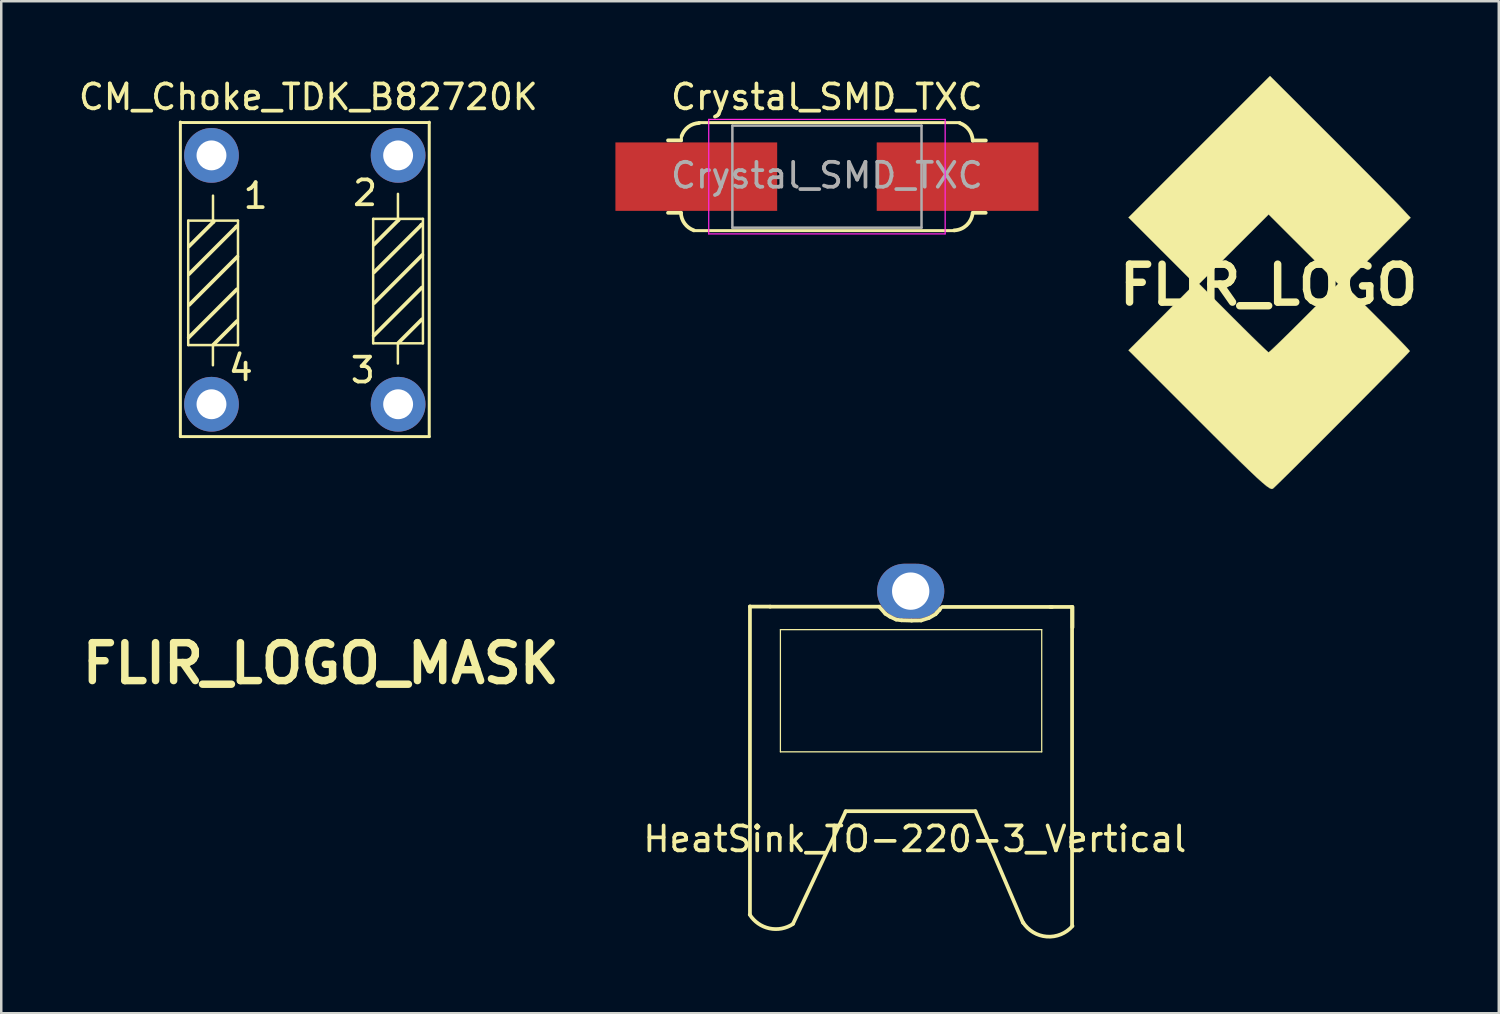
<source format=kicad_pcb>
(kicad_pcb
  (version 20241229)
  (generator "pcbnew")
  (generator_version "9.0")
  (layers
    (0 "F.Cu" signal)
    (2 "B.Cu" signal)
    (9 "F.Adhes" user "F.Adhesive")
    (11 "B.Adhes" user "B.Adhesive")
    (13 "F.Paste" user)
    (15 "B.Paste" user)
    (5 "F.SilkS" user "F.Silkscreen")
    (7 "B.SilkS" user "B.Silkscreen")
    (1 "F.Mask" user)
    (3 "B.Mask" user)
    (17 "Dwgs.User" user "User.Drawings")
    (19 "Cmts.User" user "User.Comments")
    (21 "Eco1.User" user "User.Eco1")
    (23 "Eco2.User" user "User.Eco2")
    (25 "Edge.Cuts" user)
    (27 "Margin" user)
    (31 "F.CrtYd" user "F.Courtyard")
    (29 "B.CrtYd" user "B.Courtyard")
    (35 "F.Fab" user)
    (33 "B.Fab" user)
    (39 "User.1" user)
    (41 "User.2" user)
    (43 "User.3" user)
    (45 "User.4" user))
  (footprint "HeatSink_TO-220-3_Vertical"
    (layer "F.Cu")
    (at 33.554 25.656)
    (property "Reference" "HeatSink_TO-220-3_Vertical" (at 0.157 5.009 0) (layer "F.SilkS") (effects (font (size 1 1) (thickness 0.15))))
    (attr through_hole)
    (fp_line (start -6.469 8.047) (end -6.469 -4.339) (stroke (width 0.15) (type solid)) (layer "F.SilkS"))
    (fp_line (start -5.664 -4.328) (end -1.275 -4.328) (stroke (width 0.15) (type solid)) (layer "F.SilkS"))
    (fp_line (start -5.654 -4.331) (end -6.472 -4.331) (stroke (width 0.15) (type solid)) (layer "F.SilkS"))
    (fp_line (start -5.245 -3.405) (end -5.245 1.505) (stroke (width 0.05) (type solid)) (layer "F.SilkS"))
    (fp_line (start -5.245 1.505) (end 5.255 1.505) (stroke (width 0.05) (type solid)) (layer "F.SilkS"))
    (fp_line (start -4.735 8.407) (end -2.621 3.896) (stroke (width 0.15) (type solid)) (layer "F.SilkS"))
    (fp_line (start -1.275 -4.328) (end -1.026 -4.044) (stroke (width 0.15) (type solid)) (layer "F.SilkS"))
    (fp_line (start -1.026 -4.044) (end -0.843 -3.927) (stroke (width 0.15) (type solid)) (layer "F.SilkS"))
    (fp_line (start -0.843 -3.927) (end -0.594 -3.81) (stroke (width 0.15) (type solid)) (layer "F.SilkS"))
    (fp_line (start -0.594 -3.81) (end -0.376 -3.78) (stroke (width 0.15) (type solid)) (layer "F.SilkS"))
    (fp_line (start -0.376 -3.78) (end 0.025 -3.769) (stroke (width 0.15) (type solid)) (layer "F.SilkS"))
    (fp_line (start 0.025 -3.769) (end 0.411 -3.774) (stroke (width 0.15) (type solid)) (layer "F.SilkS"))
    (fp_line (start 0.411 -3.774) (end 0.711 -3.871) (stroke (width 0.15) (type solid)) (layer "F.SilkS"))
    (fp_line (start 0.721 -3.871) (end 0.991 -4.028) (stroke (width 0.15) (type solid)) (layer "F.SilkS"))
    (fp_line (start 0.991 -4.028) (end 1.052 -4.1) (stroke (width 0.15) (type solid)) (layer "F.SilkS"))
    (fp_line (start 1.052 -4.1) (end 1.143 -4.191) (stroke (width 0.15) (type solid)) (layer "F.SilkS"))
    (fp_line (start 1.143 -4.191) (end 1.194 -4.267) (stroke (width 0.15) (type solid)) (layer "F.SilkS"))
    (fp_line (start 2.591 3.891) (end -2.626 3.891) (stroke (width 0.15) (type solid)) (layer "F.SilkS"))
    (fp_line (start 4.506 8.377) (end 2.591 3.891) (stroke (width 0.15) (type solid)) (layer "F.SilkS"))
    (fp_line (start 5.255 -3.405) (end -5.245 -3.405) (stroke (width 0.05) (type solid)) (layer "F.SilkS"))
    (fp_line (start 5.255 1.505) (end 5.255 -3.405) (stroke (width 0.05) (type solid)) (layer "F.SilkS"))
    (fp_line (start 5.598 -4.318) (end 6.482 -4.318) (stroke (width 0.15) (type solid)) (layer "F.SilkS"))
    (fp_line (start 5.674 -4.318) (end 1.265 -4.318) (stroke (width 0.15) (type solid)) (layer "F.SilkS"))
    (fp_line (start 6.458 -4.318) (end 6.448 -4.308) (stroke (width 0.15) (type solid)) (layer "F.SilkS"))
    (fp_line (start 6.475 -4.321) (end 6.475 8.504) (stroke (width 0.15) (type solid)) (layer "F.SilkS"))
    (fp_line (start 6.492 -3.495) (end 6.492 -4.313) (stroke (width 0.15) (type solid)) (layer "F.SilkS"))
    (fp_arc (start -4.740167 8.421843) (mid -5.687587 8.600069) (end -6.477 8.04672) (stroke (width 0.15) (type solid)) (layer "F.SilkS"))
    (fp_arc (start 6.491643 8.503404) (mid 5.457977 8.929257) (end 4.50088 8.35152) (stroke (width 0.15) (type solid)) (layer "F.SilkS"))
    (pad "2" thru_hole oval (at -0.01 -4.953) (size 2.7 2.2) (drill 1.5) (layers "*.Cu" "*.Mask")))
  (footprint "FLIR_LOGO"
    (layer "F.Cu")
    (at 47.927 8.4)
    (property "Reference" "FLIR_LOGO" (at 0 0 0) (layer "F.SilkS") (effects (font (size 1.524 1.524) (thickness 0.3))))
    (attr through_hole)
    (fp_poly (pts (xy 2.482 -5.973) (xy 3.028 -5.428) (xy 3.551 -4.904) (xy 4.035 -4.417) (xy 4.466 -3.983) (xy 4.827 -3.617) (xy 5.104 -3.336) (xy 5.28 -3.154) (xy 5.306 -3.126) (xy 5.704 -2.7) (xy 3.03 -0.022) (xy 4.351 1.297) (xy 4.735 1.682) (xy 5.076 2.026) (xy 5.355 2.313) (xy 5.556 2.524) (xy 5.661 2.641) (xy 5.673 2.658) (xy 5.615 2.724) (xy 5.452 2.895) (xy 5.198 3.156) (xy 4.867 3.494) (xy 4.474 3.892) (xy 4.033 4.338) (xy 3.559 4.816) (xy 3.066 5.311) (xy 2.568 5.81) (xy 2.081 6.298) (xy 1.619 6.76) (xy 1.195 7.182) (xy 0.825 7.549) (xy 0.523 7.846) (xy 0.303 8.06) (xy 0.18 8.176) (xy 0.165 8.188) (xy 0.119 8.197) (xy 0.042 8.166) (xy -0.076 8.086) (xy -0.244 7.947) (xy -0.474 7.741) (xy -0.773 7.458) (xy -1.153 7.09) (xy -1.623 6.627) (xy -2.193 6.061) (xy -2.797 5.458) (xy -5.629 2.625) (xy -4.296 1.291) (xy -2.964 -0.044) (xy -2.965 -0.044) (xy -2.794 -0.044) (xy -1.419 1.333) (xy -1.025 1.725) (xy -0.672 2.074) (xy -0.376 2.362) (xy -0.155 2.574) (xy -0.026 2.691) (xy 0 2.709) (xy 0.07 2.652) (xy 0.242 2.491) (xy 0.498 2.244) (xy 0.821 1.927) (xy 1.195 1.557) (xy 1.419 1.333) (xy 2.794 -0.044) (xy -0.000001 -2.834) (xy -1.397 -1.439) (xy -2.794 -0.044) (xy -2.965 -0.044) (xy -4.297 -1.377) (xy -5.63 -2.71) (xy -2.787 -5.553) (xy 0.056 -8.395) (xy 2.482 -5.973)) (stroke (width 0.01) (type solid)) (fill yes) (layer "F.SilkS")))
  (footprint "FLIR_LOGO_MASK"
    (layer "F.Cu")
    (at 9.841 23.608)
    (property "Reference" "FLIR_LOGO_MASK" (at 0 0 0) (layer "F.SilkS") (effects (font (size 1.524 1.524) (thickness 0.3))))
    (attr through_hole)
    (fp_poly (pts (xy 1.376 -2.667) (xy 1.652 -2.39) (xy 1.909 -2.131) (xy 2.141 -1.897) (xy 2.341 -1.693) (xy 2.504 -1.526) (xy 2.623 -1.401) (xy 2.693 -1.326) (xy 2.709 -1.305) (xy 2.681 -1.268) (xy 2.601 -1.18) (xy 2.478 -1.051) (xy 2.322 -0.89) (xy 2.14 -0.707) (xy 2.078 -0.644) (xy 1.447 -0.013) (xy 2.73 1.27) (xy 1.397 2.603) (xy 1.12 2.88) (xy 0.862 3.137) (xy 0.628 3.368) (xy 0.425 3.569) (xy 0.259 3.731) (xy 0.136 3.851) (xy 0.062 3.921) (xy 0.042 3.937) (xy 0.009 3.908) (xy -0.078 3.825) (xy -0.213 3.694) (xy -0.389 3.522) (xy -0.6 3.313) (xy -0.84 3.075) (xy -1.103 2.813) (xy -1.302 2.614) (xy -1.577 2.337) (xy -1.833 2.079) (xy -2.064 1.844) (xy -2.263 1.639) (xy -2.424 1.471) (xy -2.542 1.346) (xy -2.61 1.269) (xy -2.625 1.248) (xy -2.596 1.207) (xy -2.516 1.115) (xy -2.393 0.984) (xy -2.237 0.822) (xy -2.057 0.638) (xy -2.011 0.593) (xy -1.397 -0.02) (xy -1.398 -0.021) (xy -1.305 -0.021) (xy -0.664 0.624) (xy -0.473 0.815) (xy -0.301 0.983) (xy -0.156 1.12) (xy -0.049 1.217) (xy 0.011 1.266) (xy 0.02 1.27) (xy 0.061 1.241) (xy 0.153 1.161) (xy 0.285 1.038) (xy 0.449 0.881) (xy 0.635 0.698) (xy 0.709 0.625) (xy 1.355 -0.02) (xy 0.71 -0.666) (xy 0.518 -0.856) (xy 0.345 -1.024) (xy 0.2 -1.161) (xy 0.092 -1.259) (xy 0.031 -1.308) (xy 0.022 -1.312) (xy -0.019 -1.284) (xy -0.11 -1.203) (xy -0.242 -1.08) (xy -0.405 -0.922) (xy -0.59 -0.739) (xy -0.663 -0.667) (xy -1.305 -0.021) (xy -1.398 -0.021) (xy -2.011 -0.635) (xy -2.196 -0.822) (xy -2.358 -0.991) (xy -2.49 -1.131) (xy -2.581 -1.233) (xy -2.623 -1.287) (xy -2.625 -1.292) (xy -2.596 -1.33) (xy -2.513 -1.421) (xy -2.381 -1.559) (xy -2.208 -1.739) (xy -1.999 -1.953) (xy -1.76 -2.195) (xy -1.498 -2.46) (xy -1.291 -2.667) (xy 0.042 -4) (xy 1.376 -2.667)) (stroke (width 0.01) (type solid)) (fill yes) (layer "F.Mask")))
  (footprint "Crystal_SMD_TXC"
    (layer "F.Cu")
    (at 30.179 4.048)
    (property "Reference" "Crystal_SMD_TXC" (at 0 -3.2 0) (layer "F.SilkS") (effects (font (size 1 1) (thickness 0.15))))
    (attr smd)
    (fp_line (start -5.862 -1.458) (end -6.386 -1.458) (stroke (width 0.15) (type solid)) (layer "F.SilkS"))
    (fp_line (start -5.862 1.453) (end -6.386 1.453) (stroke (width 0.15) (type solid)) (layer "F.SilkS"))
    (fp_line (start -5.85 -1.631) (end -5.85 -1.448) (stroke (width 0.12) (type solid)) (layer "F.SilkS"))
    (fp_line (start -5.354 2.17) (end 5.126 2.17) (stroke (width 0.12) (type solid)) (layer "F.SilkS"))
    (fp_line (start -5.146 -2.17) (end 5.339 -2.17) (stroke (width 0.12) (type solid)) (layer "F.SilkS"))
    (fp_line (start 6.38 1.453) (end 5.857 1.453) (stroke (width 0.15) (type solid)) (layer "F.SilkS"))
    (fp_line (start 6.386 -1.453) (end 5.862 -1.453) (stroke (width 0.15) (type solid)) (layer "F.SilkS"))
    (fp_arc (start -5.83692 -1.63576) (mid -5.5652 -2.004445) (end -5.132486 -2.154505) (stroke (width 0.15) (type solid)) (layer "F.SilkS"))
    (fp_arc (start -5.348654 2.157313) (mid -5.717339 1.885593) (end -5.867399 1.452879) (stroke (width 0.15) (type solid)) (layer "F.SilkS"))
    (fp_arc (start 5.338495 -2.152234) (mid 5.70718 -1.880514) (end 5.85724 -1.4478) (stroke (width 0.15) (type solid)) (layer "F.SilkS"))
    (fp_arc (start 5.853436 1.467498) (mid 5.611441 1.952367) (end 5.11048 2.159) (stroke (width 0.15) (type solid)) (layer "F.SilkS"))
    (fp_line (start -4.75 -2.3) (end -4.75 2.3) (stroke (width 0.05) (type solid)) (layer "F.CrtYd"))
    (fp_line (start -4.75 -2.3) (end 4.75 -2.3) (stroke (width 0.05) (type solid)) (layer "F.CrtYd"))
    (fp_line (start -4.75 2.3) (end 4.75 2.3) (stroke (width 0.05) (type solid)) (layer "F.CrtYd"))
    (fp_line (start 4.75 -2.3) (end 4.75 2.3) (stroke (width 0.05) (type solid)) (layer "F.CrtYd"))
    (fp_line (start -3.8 -2.05) (end 3.8 -2.05) (stroke (width 0.1) (type solid)) (layer "F.Fab"))
    (fp_line (start -3.8 2.05) (end -3.8 -2.05) (stroke (width 0.1) (type solid)) (layer "F.Fab"))
    (fp_line (start 3.8 -2.05) (end 3.8 2.05) (stroke (width 0.1) (type solid)) (layer "F.Fab"))
    (fp_line (start 3.8 2.05) (end -3.8 2.05) (stroke (width 0.1) (type solid)) (layer "F.Fab"))
    (fp_text user "${REFERENCE}" (at 0 -0.05 0) (layer "F.Fab") (effects (font (size 1 1) (thickness 0.15))))
    (pad "1" smd rect (at -5.25 0) (size 6.5 2.75) (layers "F.Cu" "F.Mask" "F.Paste"))
    (pad "2" smd rect (at 5.25 0) (size 6.5 2.75) (layers "F.Cu" "F.Mask" "F.Paste")))
  (footprint "CM_Choke_TDK_B82720K"
    (layer "F.Cu")
    (at 5.448 8.194)
    (property "Reference" "CM_Choke_TDK_B82720K" (at 3.891 -7.346 0) (layer "F.SilkS") (effects (font (size 1 1) (thickness 0.15))))
    (attr through_hole)
    (fp_line (start -1.25 -6.32) (end 8.75 -6.32) (stroke (width 0.12) (type solid)) (layer "F.SilkS"))
    (fp_line (start -1.25 6.3) (end -1.25 -6.34) (stroke (width 0.12) (type solid)) (layer "F.SilkS"))
    (fp_line (start -0.935 -2.378) (end 1.065 -2.378) (stroke (width 0.1) (type solid)) (layer "F.SilkS"))
    (fp_line (start -0.935 2.622) (end -0.935 -2.378) (stroke (width 0.1) (type solid)) (layer "F.SilkS"))
    (fp_line (start -0.914 2.316) (end 1.021 0.381) (stroke (width 0.15) (type solid)) (layer "F.SilkS"))
    (fp_line (start -0.909 -1.341) (end 0.097 -2.347) (stroke (width 0.15) (type solid)) (layer "F.SilkS"))
    (fp_line (start -0.904 -0.229) (end 1.031 -2.164) (stroke (width 0.15) (type solid)) (layer "F.SilkS"))
    (fp_line (start -0.894 1.006) (end 1.041 -0.93) (stroke (width 0.15) (type solid)) (layer "F.SilkS"))
    (fp_line (start 0.058 3.434) (end 0.058 2.625) (stroke (width 0.1) (type solid)) (layer "F.SilkS"))
    (fp_line (start 0.061 -3.383) (end 0.061 -2.383) (stroke (width 0.1) (type solid)) (layer "F.SilkS"))
    (fp_line (start 0.071 -2.327) (end 0.071 -2.322) (stroke (width 0.15) (type solid)) (layer "F.SilkS"))
    (fp_line (start 0.081 2.601) (end 1.026 1.656) (stroke (width 0.15) (type solid)) (layer "F.SilkS"))
    (fp_line (start 1.031 -2.134) (end 0.996 -2.134) (stroke (width 0.15) (type solid)) (layer "F.SilkS"))
    (fp_line (start 1.065 -2.378) (end 1.065 2.622) (stroke (width 0.1) (type solid)) (layer "F.SilkS"))
    (fp_line (start 1.065 2.622) (end -0.935 2.622) (stroke (width 0.1) (type solid)) (layer "F.SilkS"))
    (fp_line (start 6.497 -2.449) (end 8.497 -2.449) (stroke (width 0.1) (type solid)) (layer "F.SilkS"))
    (fp_line (start 6.497 2.551) (end 6.497 -2.449) (stroke (width 0.1) (type solid)) (layer "F.SilkS"))
    (fp_line (start 6.518 2.245) (end 8.453 0.31) (stroke (width 0.15) (type solid)) (layer "F.SilkS"))
    (fp_line (start 6.523 -1.412) (end 7.529 -2.418) (stroke (width 0.15) (type solid)) (layer "F.SilkS"))
    (fp_line (start 6.528 -0.3) (end 8.463 -2.235) (stroke (width 0.15) (type solid)) (layer "F.SilkS"))
    (fp_line (start 6.538 0.935) (end 8.473 -1.001) (stroke (width 0.15) (type solid)) (layer "F.SilkS"))
    (fp_line (start 7.49 3.363) (end 7.49 2.554) (stroke (width 0.1) (type solid)) (layer "F.SilkS"))
    (fp_line (start 7.493 -3.454) (end 7.493 -2.454) (stroke (width 0.1) (type solid)) (layer "F.SilkS"))
    (fp_line (start 7.503 -2.398) (end 7.503 -2.393) (stroke (width 0.15) (type solid)) (layer "F.SilkS"))
    (fp_line (start 7.513 2.53) (end 8.458 1.585) (stroke (width 0.15) (type solid)) (layer "F.SilkS"))
    (fp_line (start 8.463 -2.205) (end 8.428 -2.205) (stroke (width 0.15) (type solid)) (layer "F.SilkS"))
    (fp_line (start 8.497 -2.449) (end 8.497 2.551) (stroke (width 0.1) (type solid)) (layer "F.SilkS"))
    (fp_line (start 8.497 2.551) (end 6.497 2.551) (stroke (width 0.1) (type solid)) (layer "F.SilkS"))
    (fp_line (start 8.75 -6.335) (end 8.75 6.3) (stroke (width 0.12) (type solid)) (layer "F.SilkS"))
    (fp_line (start 8.75 6.3) (end -1.25 6.3) (stroke (width 0.12) (type solid)) (layer "F.SilkS"))
    (fp_text user "4" (at 1.179 3.541 0) (layer "F.SilkS") (effects (font (size 1 1) (thickness 0.15))))
    (fp_text user "1" (at 1.773 -3.378 0) (layer "F.SilkS") (effects (font (size 1 1) (thickness 0.15))))
    (fp_text user "2" (at 6.172 -3.49 0) (layer "F.SilkS") (effects (font (size 1 1) (thickness 0.15))))
    (fp_text user "3" (at 6.081 3.632 0) (layer "F.SilkS") (effects (font (size 1 1) (thickness 0.15))))
    (pad "1" thru_hole circle (at 0 -5) (size 2.2 2.2) (drill 1.2) (layers "*.Cu" "*.Mask"))
    (pad "2" thru_hole circle (at 7.5 -5) (size 2.2 2.2) (drill 1.2) (layers "*.Cu" "*.Mask"))
    (pad "3" thru_hole circle (at 7.5 5) (size 2.2 2.2) (drill 1.2) (layers "*.Cu" "*.Mask"))
    (pad "4" thru_hole circle (at 0 5) (size 2.2 2.2) (drill 1.2) (layers "*.Cu" "*.Mask")))
  (gr_rect
    (start -3 -3)
    (end 57.175 37.664)
    (stroke (width 0.1) (type default))
    (fill no)
    (layer "Edge.Cuts")))
</source>
